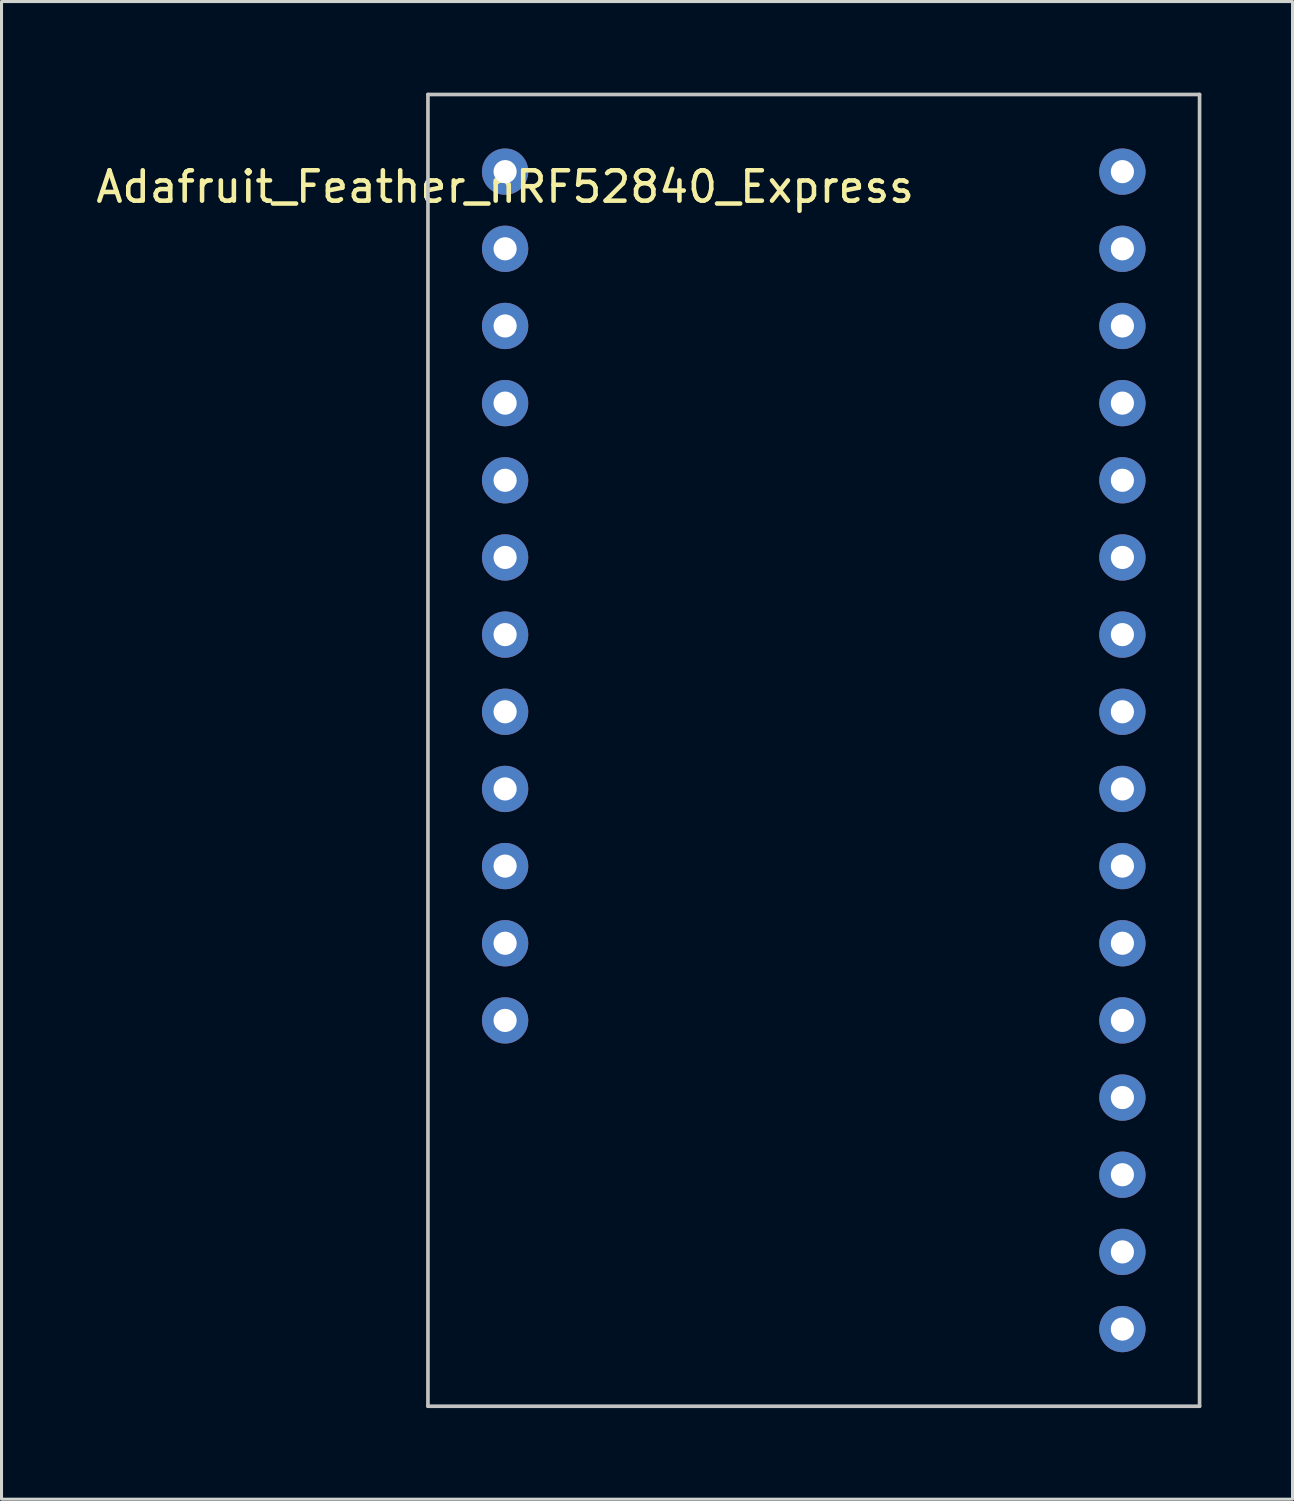
<source format=kicad_pcb>
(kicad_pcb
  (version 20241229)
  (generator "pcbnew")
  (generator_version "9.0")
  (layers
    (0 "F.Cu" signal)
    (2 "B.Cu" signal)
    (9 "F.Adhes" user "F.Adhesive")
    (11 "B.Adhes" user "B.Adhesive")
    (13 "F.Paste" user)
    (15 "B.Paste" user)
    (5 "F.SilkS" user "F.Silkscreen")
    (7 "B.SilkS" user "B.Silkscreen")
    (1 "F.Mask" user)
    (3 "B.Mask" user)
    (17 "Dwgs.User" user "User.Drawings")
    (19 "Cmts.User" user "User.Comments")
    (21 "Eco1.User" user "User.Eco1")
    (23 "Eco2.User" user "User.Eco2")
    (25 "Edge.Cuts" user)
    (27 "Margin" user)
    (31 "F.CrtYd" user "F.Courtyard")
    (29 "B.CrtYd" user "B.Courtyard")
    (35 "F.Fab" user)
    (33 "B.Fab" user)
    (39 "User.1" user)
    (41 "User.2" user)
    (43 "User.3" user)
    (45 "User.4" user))
  (footprint "Adafruit_Feather_nRF52840_Express"
    (layer "F.Cu")
    (at 13.577 2.6)
    (property "Reference" "Adafruit_Feather_nRF52840_Express" (at 0 0.5 0) (layer "F.SilkS") (effects (font (size 1 1) (thickness 0.15))))
    (attr through_hole)
    (fp_line (start -2.54 -2.54) (end -2.54 40.64) (stroke (width 0.12) (type solid)) (layer "Dwgs.User"))
    (fp_line (start -2.54 40.64) (end 22.86 40.64) (stroke (width 0.12) (type solid)) (layer "Dwgs.User"))
    (fp_line (start 22.86 -2.54) (end -2.54 -2.54) (stroke (width 0.12) (type solid)) (layer "Dwgs.User"))
    (fp_line (start 22.86 40.64) (end 22.86 -2.54) (stroke (width 0.12) (type solid)) (layer "Dwgs.User"))
    (pad "1" thru_hole circle (at 0 0) (size 1.524 1.524) (drill 0.762) (layers "*.Cu" "*.Mask"))
    (pad "2" thru_hole circle (at 0 2.54) (size 1.524 1.524) (drill 0.762) (layers "*.Cu" "*.Mask"))
    (pad "3" thru_hole circle (at 0 5.08) (size 1.524 1.524) (drill 0.762) (layers "*.Cu" "*.Mask"))
    (pad "4" thru_hole circle (at 0 7.62) (size 1.524 1.524) (drill 0.762) (layers "*.Cu" "*.Mask"))
    (pad "5" thru_hole circle (at 0 10.16) (size 1.524 1.524) (drill 0.762) (layers "*.Cu" "*.Mask"))
    (pad "6" thru_hole circle (at 0 12.7) (size 1.524 1.524) (drill 0.762) (layers "*.Cu" "*.Mask"))
    (pad "7" thru_hole circle (at 0 15.24) (size 1.524 1.524) (drill 0.762) (layers "*.Cu" "*.Mask"))
    (pad "8" thru_hole circle (at 0 17.78) (size 1.524 1.524) (drill 0.762) (layers "*.Cu" "*.Mask"))
    (pad "9" thru_hole circle (at 0 20.32) (size 1.524 1.524) (drill 0.762) (layers "*.Cu" "*.Mask"))
    (pad "10" thru_hole circle (at 0 22.86) (size 1.524 1.524) (drill 0.762) (layers "*.Cu" "*.Mask"))
    (pad "11" thru_hole circle (at 0 25.4) (size 1.524 1.524) (drill 0.762) (layers "*.Cu" "*.Mask"))
    (pad "12" thru_hole circle (at 0 27.94) (size 1.524 1.524) (drill 0.762) (layers "*.Cu" "*.Mask"))
    (pad "17" thru_hole circle (at 20.32 38.1) (size 1.524 1.524) (drill 0.762) (layers "*.Cu" "*.Mask"))
    (pad "18" thru_hole circle (at 20.32 35.56) (size 1.524 1.524) (drill 0.762) (layers "*.Cu" "*.Mask"))
    (pad "19" thru_hole circle (at 20.32 33.02) (size 1.524 1.524) (drill 0.762) (layers "*.Cu" "*.Mask"))
    (pad "20" thru_hole circle (at 20.32 30.48) (size 1.524 1.524) (drill 0.762) (layers "*.Cu" "*.Mask"))
    (pad "21" thru_hole circle (at 20.32 27.94) (size 1.524 1.524) (drill 0.762) (layers "*.Cu" "*.Mask"))
    (pad "22" thru_hole circle (at 20.32 25.4) (size 1.524 1.524) (drill 0.762) (layers "*.Cu" "*.Mask"))
    (pad "23" thru_hole circle (at 20.32 22.86) (size 1.524 1.524) (drill 0.762) (layers "*.Cu" "*.Mask"))
    (pad "24" thru_hole circle (at 20.32 20.32) (size 1.524 1.524) (drill 0.762) (layers "*.Cu" "*.Mask"))
    (pad "25" thru_hole circle (at 20.32 17.78) (size 1.524 1.524) (drill 0.762) (layers "*.Cu" "*.Mask"))
    (pad "26" thru_hole circle (at 20.32 15.24) (size 1.524 1.524) (drill 0.762) (layers "*.Cu" "*.Mask"))
    (pad "27" thru_hole circle (at 20.32 12.7) (size 1.524 1.524) (drill 0.762) (layers "*.Cu" "*.Mask"))
    (pad "28" thru_hole circle (at 20.32 10.16) (size 1.524 1.524) (drill 0.762) (layers "*.Cu" "*.Mask"))
    (pad "29" thru_hole circle (at 20.32 7.62) (size 1.524 1.524) (drill 0.762) (layers "*.Cu" "*.Mask"))
    (pad "30" thru_hole circle (at 20.32 5.08) (size 1.524 1.524) (drill 0.762) (layers "*.Cu" "*.Mask"))
    (pad "31" thru_hole circle (at 20.32 2.54) (size 1.524 1.524) (drill 0.762) (layers "*.Cu" "*.Mask"))
    (pad "32" thru_hole circle (at 20.32 0) (size 1.524 1.524) (drill 0.762) (layers "*.Cu" "*.Mask")))
  (gr_rect
    (start -3 -3)
    (end 39.497 46.3)
    (stroke (width 0.1) (type default))
    (fill no)
    (layer "Edge.Cuts")))
</source>
